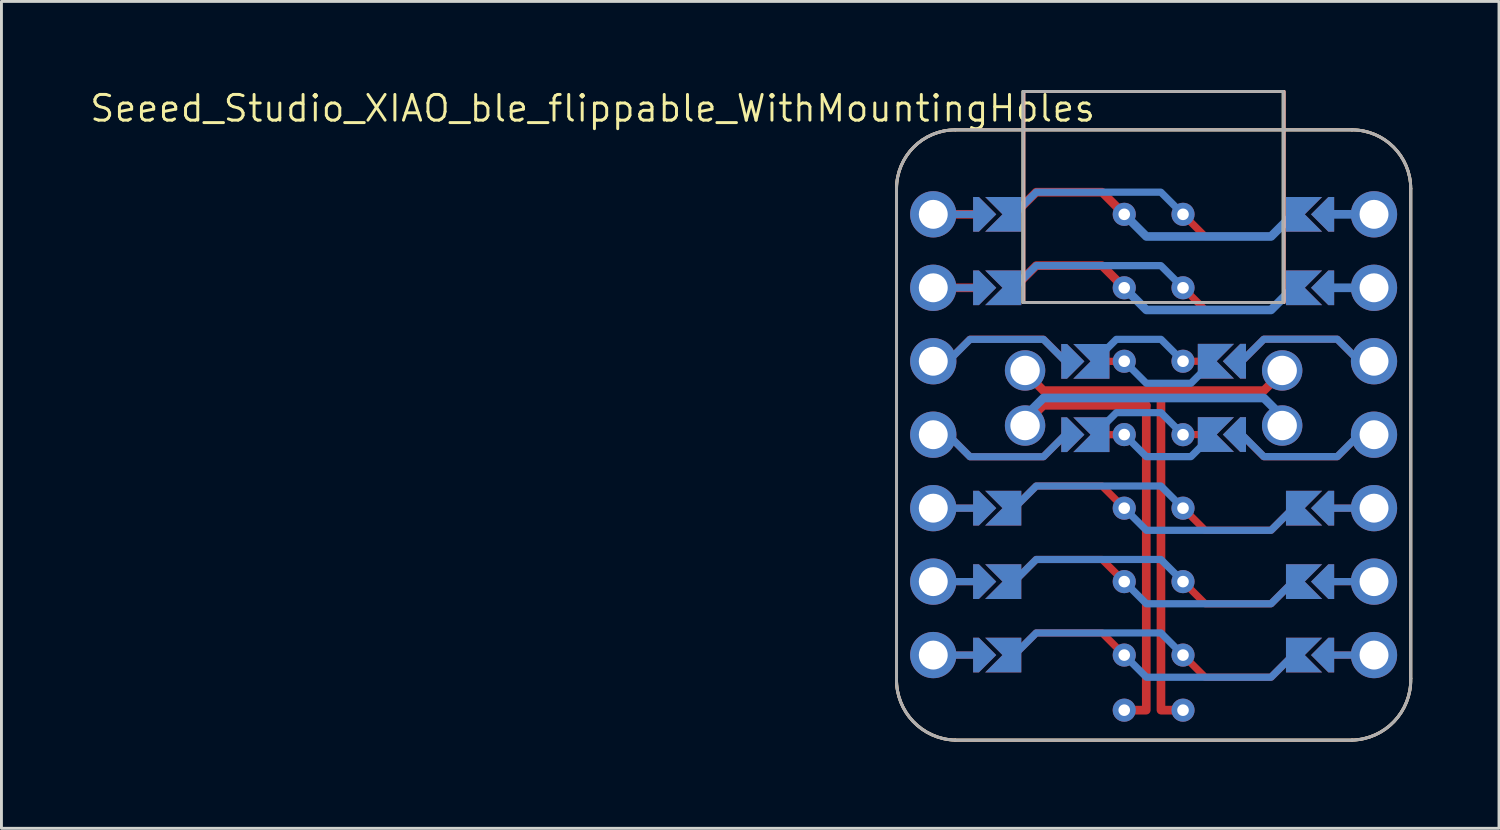
<source format=kicad_pcb>
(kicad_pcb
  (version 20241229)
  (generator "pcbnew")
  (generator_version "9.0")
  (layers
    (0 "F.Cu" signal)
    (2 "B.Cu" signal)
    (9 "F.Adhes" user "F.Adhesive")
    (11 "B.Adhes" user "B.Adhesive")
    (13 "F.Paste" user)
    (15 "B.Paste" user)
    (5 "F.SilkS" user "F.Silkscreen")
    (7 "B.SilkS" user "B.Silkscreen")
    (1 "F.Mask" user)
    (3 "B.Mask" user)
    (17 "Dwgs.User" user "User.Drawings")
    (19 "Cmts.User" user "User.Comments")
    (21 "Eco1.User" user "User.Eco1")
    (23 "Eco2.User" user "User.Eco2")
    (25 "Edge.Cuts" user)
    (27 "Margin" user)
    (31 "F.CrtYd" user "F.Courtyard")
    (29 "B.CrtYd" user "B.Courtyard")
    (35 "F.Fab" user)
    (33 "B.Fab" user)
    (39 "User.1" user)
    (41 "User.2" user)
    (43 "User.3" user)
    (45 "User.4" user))
  (footprint "Seeed_Studio_XIAO_ble_flippable_WithMountingHoles"
    (layer "F.Cu")
    (at 36.84 11.981)
    (property "Reference" "Seeed_Studio_XIAO_ble_flippable_WithMountingHoles" (at -19.399 -11.283 0) (layer "F.SilkS") (effects (font (size 0.889 0.889) (thickness 0.102))))
    (attr smd exclude_from_pos_files)
    (fp_line (start -8.89 -8.509) (end -8.89 8.427) (stroke (width 0.102) (type solid)) (layer "F.SilkS"))
    (fp_line (start -6.858 10.561) (end 6.858 10.561) (stroke (width 0.102) (type solid)) (layer "F.SilkS"))
    (fp_line (start 6.858 -10.541) (end -6.858 -10.541) (stroke (width 0.102) (type solid)) (layer "F.SilkS"))
    (fp_line (start 8.89 8.427) (end 8.89 -8.509) (stroke (width 0.102) (type solid)) (layer "F.SilkS"))
    (fp_rect (start -4.52 -4.569) (end 4.48 -11.869) (stroke (width 0.1) (type solid)) (fill no) (layer "F.SilkS"))
    (fp_arc (start -8.89 -8.509) (mid -8.294841 -9.945841) (end -6.858 -10.541) (stroke (width 0.1016) (type solid)) (layer "F.SilkS"))
    (fp_arc (start -6.858 10.5606) (mid -8.315883 9.914641) (end -8.89 8.427) (stroke (width 0.1016) (type solid)) (layer "F.SilkS"))
    (fp_arc (start 6.858 -10.541) (mid 8.294841 -9.945841) (end 8.89 -8.509) (stroke (width 0.1016) (type solid)) (layer "F.SilkS"))
    (fp_arc (start 8.89 8.427) (mid 8.315883 9.914641) (end 6.858 10.5606) (stroke (width 0.1016) (type solid)) (layer "F.SilkS"))
    (fp_line (start -8.89 8.427) (end -8.89 -8.509) (stroke (width 0.102) (type solid)) (layer "B.SilkS"))
    (fp_line (start -6.858 -10.541) (end 6.858 -10.541) (stroke (width 0.102) (type solid)) (layer "B.SilkS"))
    (fp_line (start 6.858 10.561) (end -6.858 10.561) (stroke (width 0.102) (type solid)) (layer "B.SilkS"))
    (fp_line (start 8.89 -8.509) (end 8.89 8.427) (stroke (width 0.102) (type solid)) (layer "B.SilkS"))
    (fp_rect (start 4.52 -4.569) (end -4.48 -11.869) (stroke (width 0.1) (type solid)) (fill no) (layer "B.SilkS"))
    (fp_arc (start -8.89 -8.509) (mid -8.294841 -9.945841) (end -6.858 -10.541) (stroke (width 0.1016) (type solid)) (layer "B.SilkS"))
    (fp_arc (start -6.858 10.5606) (mid -8.315883 9.914641) (end -8.89 8.427) (stroke (width 0.1016) (type solid)) (layer "B.SilkS"))
    (fp_arc (start 6.858 -10.541) (mid 8.294841 -9.945841) (end 8.89 -8.509) (stroke (width 0.1016) (type solid)) (layer "B.SilkS"))
    (fp_arc (start 8.89 8.427) (mid 8.315883 9.914641) (end 6.858 10.5606) (stroke (width 0.1016) (type solid)) (layer "B.SilkS"))
    (fp_line (start -8.89 -8.509) (end -8.89 8.427) (stroke (width 0.102) (type solid)) (layer "F.Fab"))
    (fp_line (start -6.858 10.561) (end 6.858 10.561) (stroke (width 0.102) (type solid)) (layer "F.Fab"))
    (fp_line (start 6.858 -10.541) (end -6.858 -10.541) (stroke (width 0.102) (type solid)) (layer "F.Fab"))
    (fp_line (start 8.89 8.427) (end 8.89 -8.509) (stroke (width 0.102) (type solid)) (layer "F.Fab"))
    (fp_rect (start -4.52 -4.569) (end 4.48 -11.869) (stroke (width 0.1) (type solid)) (fill no) (layer "F.Fab"))
    (fp_arc (start -8.89 -8.509) (mid -8.294841 -9.945841) (end -6.858 -10.541) (stroke (width 0.1016) (type solid)) (layer "F.Fab"))
    (fp_arc (start -6.858 10.5606) (mid -8.315883 9.914641) (end -8.89 8.427) (stroke (width 0.1016) (type solid)) (layer "F.Fab"))
    (fp_arc (start 6.858 -10.541) (mid 8.294841 -9.945841) (end 8.89 -8.509) (stroke (width 0.1016) (type solid)) (layer "F.Fab"))
    (fp_arc (start 8.89 8.427) (mid 8.315883 9.914641) (end 6.858 10.5606) (stroke (width 0.1016) (type solid)) (layer "F.Fab"))
    (pad "" thru_hole circle (at -7.62 -7.62) (size 1.6 1.6) (drill 1) (layers "*.Cu" "*.Mask"))
    (pad "" thru_hole circle (at -7.62 -5.08) (size 1.6 1.6) (drill 1) (layers "*.Cu" "*.Mask"))
    (pad "" thru_hole circle (at -7.62 -2.54) (size 1.6 1.6) (drill 1) (layers "*.Cu" "*.Mask"))
    (pad "" thru_hole circle (at -7.62 0) (size 1.6 1.6) (drill 1) (layers "*.Cu" "*.Mask"))
    (pad "" thru_hole circle (at -7.62 2.54) (size 1.6 1.6) (drill 1) (layers "*.Cu" "*.Mask"))
    (pad "" thru_hole circle (at -7.62 5.08) (size 1.6 1.6) (drill 1) (layers "*.Cu" "*.Mask"))
    (pad "" thru_hole circle (at -7.62 7.62) (size 1.6 1.6) (drill 1) (layers "*.Cu" "*.Mask"))
    (pad "" smd custom (at -7.112 -2.54 270) (size 0.25 0.25) (layers "F.Cu") (options (anchor circle)) (primitives (gr_line (start -0.762 -0.762) (end 0 0) (width 0.25)) (gr_line (start -0.762 -3.302) (end -0.762 -0.762) (width 0.25)) (gr_line (start 0 -4.064) (end -0.762 -3.302) (width 0.25))))
    (pad "" smd custom (at -7.112 0 270) (size 0.25 0.25) (layers "B.Cu") (options (anchor circle)) (primitives (gr_line (start 0 0) (end 0.762 -0.762) (width 0.25)) (gr_line (start 0.762 -0.762) (end 0.762 -3.302) (width 0.25)) (gr_line (start 0.762 -3.302) (end 0 -4.064) (width 0.25))))
    (pad "" smd custom (at -6.35 -7.62 90) (size 0.25 1) (layers "B.Cu") (options (anchor rect)) (primitives))
    (pad "" smd custom (at -6.35 -7.62 90) (size 0.3 1) (layers "F.Cu") (options (anchor rect)) (primitives))
    (pad "" smd custom (at -6.35 -5.08 90) (size 0.25 1) (layers "B.Cu") (options (anchor rect)) (primitives))
    (pad "" smd custom (at -6.35 -5.08 90) (size 0.3 1) (layers "F.Cu") (options (anchor rect)) (primitives))
    (pad "" smd custom (at -6.35 2.54 90) (size 0.25 1) (layers "F.Cu") (options (anchor rect)) (primitives))
    (pad "" smd custom (at -6.35 2.54 90) (size 0.25 1) (layers "B.Cu") (options (anchor rect)) (primitives))
    (pad "" smd custom (at -6.35 5.08 90) (size 0.25 1) (layers "F.Cu") (options (anchor rect)) (primitives))
    (pad "" smd custom (at -6.35 5.08 90) (size 0.25 1) (layers "B.Cu") (options (anchor rect)) (primitives))
    (pad "" smd custom (at -6.35 7.62 90) (size 0.25 1) (layers "F.Cu") (options (anchor rect)) (primitives))
    (pad "" smd custom (at -6.35 7.62 90) (size 0.25 1) (layers "B.Cu") (options (anchor rect)) (primitives))
    (pad "" smd custom (at -5.842 -7.62 90) (size 0.1 0.1) (layers "F.Cu" "F.Mask") (options (anchor rect)) (primitives (gr_poly (pts (xy 0.6 -0.4) (xy -0.6 -0.4) (xy -0.6 -0.2) (xy 0 0.4) (xy 0.6 -0.2)) (width 0) (fill yes))))
    (pad "" smd custom (at -5.842 -7.62 90) (size 0.1 0.1) (layers "B.Cu" "B.Mask") (options (anchor rect)) (primitives (gr_poly (pts (xy 0.6 -0.4) (xy -0.6 -0.4) (xy -0.6 -0.2) (xy 0 0.4) (xy 0.6 -0.2)) (width 0) (fill yes))))
    (pad "" smd custom (at -5.842 -5.08 90) (size 0.1 0.1) (layers "F.Cu" "F.Mask") (options (anchor rect)) (primitives (gr_poly (pts (xy 0.6 -0.4) (xy -0.6 -0.4) (xy -0.6 -0.2) (xy 0 0.4) (xy 0.6 -0.2)) (width 0) (fill yes))))
    (pad "" smd custom (at -5.842 -5.08 90) (size 0.1 0.1) (layers "B.Cu" "B.Mask") (options (anchor rect)) (primitives (gr_poly (pts (xy 0.6 -0.4) (xy -0.6 -0.4) (xy -0.6 -0.2) (xy 0 0.4) (xy 0.6 -0.2)) (width 0) (fill yes))))
    (pad "" smd custom (at -5.842 2.54 90) (size 0.1 0.1) (layers "F.Cu" "F.Mask") (options (anchor rect)) (primitives (gr_poly (pts (xy 0.6 -0.4) (xy -0.6 -0.4) (xy -0.6 -0.2) (xy 0 0.4) (xy 0.6 -0.2)) (width 0) (fill yes))))
    (pad "" smd custom (at -5.842 2.54 90) (size 0.1 0.1) (layers "B.Cu" "B.Mask") (options (anchor rect)) (primitives (gr_poly (pts (xy 0.6 -0.4) (xy -0.6 -0.4) (xy -0.6 -0.2) (xy 0 0.4) (xy 0.6 -0.2)) (width 0) (fill yes))))
    (pad "" smd custom (at -5.842 5.08 90) (size 0.1 0.1) (layers "F.Cu" "F.Mask") (options (anchor rect)) (primitives (gr_poly (pts (xy 0.6 -0.4) (xy -0.6 -0.4) (xy -0.6 -0.2) (xy 0 0.4) (xy 0.6 -0.2)) (width 0) (fill yes))))
    (pad "" smd custom (at -5.842 5.08 90) (size 0.1 0.1) (layers "B.Cu" "B.Mask") (options (anchor rect)) (primitives (gr_poly (pts (xy 0.6 -0.4) (xy -0.6 -0.4) (xy -0.6 -0.2) (xy 0 0.4) (xy 0.6 -0.2)) (width 0) (fill yes))))
    (pad "" smd custom (at -5.842 7.62 90) (size 0.1 0.1) (layers "F.Cu" "F.Mask") (options (anchor rect)) (primitives (gr_poly (pts (xy 0.6 -0.4) (xy -0.6 -0.4) (xy -0.6 -0.2) (xy 0 0.4) (xy 0.6 -0.2)) (width 0) (fill yes))))
    (pad "" smd custom (at -5.842 7.62 90) (size 0.1 0.1) (layers "B.Cu" "B.Mask") (options (anchor rect)) (primitives (gr_poly (pts (xy 0.6 -0.4) (xy -0.6 -0.4) (xy -0.6 -0.2) (xy 0 0.4) (xy 0.6 -0.2)) (width 0) (fill yes))))
    (pad "" smd custom (at -3.048 -2.536 90) (size 0.25 0.25) (layers "B.Cu") (options (anchor circle)) (primitives (gr_line (start 0 0) (end 0.762 -0.762) (width 0.25)) (gr_line (start 0.762 -0.762) (end 0.762 -3.302) (width 0.25)) (gr_line (start 0.762 -3.302) (end 0 -4.064) (width 0.25))))
    (pad "" smd custom (at -3.048 0 90) (size 0.25 0.25) (layers "F.Cu") (options (anchor circle)) (primitives (gr_line (start -0.762 -0.762) (end 0 0) (width 0.25)) (gr_line (start -0.762 -3.302) (end -0.762 -0.762) (width 0.25)) (gr_line (start 0 -4.064) (end -0.762 -3.302) (width 0.25))))
    (pad "" smd custom (at -2.794 -2.536 90) (size 0.1 0.1) (layers "F.Cu" "F.Mask") (options (anchor rect)) (primitives (gr_poly (pts (xy 0.6 -0.4) (xy -0.6 -0.4) (xy -0.6 -0.2) (xy 0 0.4) (xy 0.6 -0.2)) (width 0) (fill yes))))
    (pad "" smd custom (at -2.794 -2.536 90) (size 0.1 0.1) (layers "B.Cu" "B.Mask") (options (anchor rect)) (primitives (gr_poly (pts (xy 0.6 -0.4) (xy -0.6 -0.4) (xy -0.6 -0.2) (xy 0 0.4) (xy 0.6 -0.2)) (width 0) (fill yes))))
    (pad "" smd custom (at -2.794 0 90) (size 0.1 0.1) (layers "F.Cu" "F.Mask") (options (anchor rect)) (primitives (gr_poly (pts (xy 0.6 -0.4) (xy -0.6 -0.4) (xy -0.6 -0.2) (xy 0 0.4) (xy 0.6 -0.2)) (width 0) (fill yes))))
    (pad "" smd custom (at -2.794 0 90) (size 0.1 0.1) (layers "B.Cu" "B.Mask") (options (anchor rect)) (primitives (gr_poly (pts (xy 0.6 -0.4) (xy -0.6 -0.4) (xy -0.6 -0.2) (xy 0 0.4) (xy 0.6 -0.2)) (width 0) (fill yes))))
    (pad "" smd custom (at 2.794 -2.54 270) (size 0.1 0.1) (layers "F.Cu" "F.Mask") (options (anchor rect)) (primitives (gr_poly (pts (xy 0.6 -0.4) (xy -0.6 -0.4) (xy -0.6 -0.2) (xy 0 0.4) (xy 0.6 -0.2)) (width 0) (fill yes))))
    (pad "" smd custom (at 2.794 -2.54 270) (size 0.1 0.1) (layers "B.Cu" "B.Mask") (options (anchor rect)) (primitives (gr_poly (pts (xy 0.6 -0.4) (xy -0.6 -0.4) (xy -0.6 -0.2) (xy 0 0.4) (xy 0.6 -0.2)) (width 0) (fill yes))))
    (pad "" smd custom (at 2.794 -0.004 270) (size 0.1 0.1) (layers "F.Cu" "F.Mask") (options (anchor rect)) (primitives (gr_poly (pts (xy 0.6 -0.4) (xy -0.6 -0.4) (xy -0.6 -0.2) (xy 0 0.4) (xy 0.6 -0.2)) (width 0) (fill yes))))
    (pad "" smd custom (at 2.794 -0.004 270) (size 0.1 0.1) (layers "B.Cu" "B.Mask") (options (anchor rect)) (primitives (gr_poly (pts (xy 0.6 -0.4) (xy -0.6 -0.4) (xy -0.6 -0.2) (xy 0 0.4) (xy 0.6 -0.2)) (width 0) (fill yes))))
    (pad "" smd custom (at 3.048 -2.54 270) (size 0.25 0.25) (layers "F.Cu") (options (anchor circle)) (primitives (gr_line (start -0.762 -0.762) (end 0 0) (width 0.25)) (gr_line (start -0.762 -3.302) (end -0.762 -0.762) (width 0.25)) (gr_line (start 0 -4.064) (end -0.762 -3.302) (width 0.25))))
    (pad "" smd custom (at 3.048 -0.004 270) (size 0.25 0.25) (layers "B.Cu") (options (anchor circle)) (primitives (gr_line (start 0 0) (end 0.762 -0.762) (width 0.25)) (gr_line (start 0.762 -0.762) (end 0.762 -3.302) (width 0.25)) (gr_line (start 0.762 -3.302) (end 0 -4.064) (width 0.25))))
    (pad "" smd custom (at 5.842 -7.62 270) (size 0.1 0.1) (layers "F.Cu" "F.Mask") (options (anchor rect)) (primitives (gr_poly (pts (xy 0.6 -0.4) (xy -0.6 -0.4) (xy -0.6 -0.2) (xy 0 0.4) (xy 0.6 -0.2)) (width 0) (fill yes))))
    (pad "" smd custom (at 5.842 -7.62 270) (size 0.1 0.1) (layers "B.Cu" "B.Mask") (options (anchor rect)) (primitives (gr_poly (pts (xy 0.6 -0.4) (xy -0.6 -0.4) (xy -0.6 -0.2) (xy 0 0.4) (xy 0.6 -0.2)) (width 0) (fill yes))))
    (pad "" smd custom (at 5.842 -5.08 270) (size 0.1 0.1) (layers "F.Cu" "F.Mask") (options (anchor rect)) (primitives (gr_poly (pts (xy 0.6 -0.4) (xy -0.6 -0.4) (xy -0.6 -0.2) (xy 0 0.4) (xy 0.6 -0.2)) (width 0) (fill yes))))
    (pad "" smd custom (at 5.842 -5.08 270) (size 0.1 0.1) (layers "B.Cu" "B.Mask") (options (anchor rect)) (primitives (gr_poly (pts (xy 0.6 -0.4) (xy -0.6 -0.4) (xy -0.6 -0.2) (xy 0 0.4) (xy 0.6 -0.2)) (width 0) (fill yes))))
    (pad "" smd custom (at 5.842 2.54 270) (size 0.1 0.1) (layers "F.Cu" "F.Mask") (options (anchor rect)) (primitives (gr_poly (pts (xy 0.6 -0.4) (xy -0.6 -0.4) (xy -0.6 -0.2) (xy 0 0.4) (xy 0.6 -0.2)) (width 0) (fill yes))))
    (pad "" smd custom (at 5.842 2.54 270) (size 0.1 0.1) (layers "B.Cu" "B.Mask") (options (anchor rect)) (primitives (gr_poly (pts (xy 0.6 -0.4) (xy -0.6 -0.4) (xy -0.6 -0.2) (xy 0 0.4) (xy 0.6 -0.2)) (width 0) (fill yes))))
    (pad "" smd custom (at 5.842 5.08 270) (size 0.1 0.1) (layers "F.Cu" "F.Mask") (options (anchor rect)) (primitives (gr_poly (pts (xy 0.6 -0.4) (xy -0.6 -0.4) (xy -0.6 -0.2) (xy 0 0.4) (xy 0.6 -0.2)) (width 0) (fill yes))))
    (pad "" smd custom (at 5.842 5.08 270) (size 0.1 0.1) (layers "B.Cu" "B.Mask") (options (anchor rect)) (primitives (gr_poly (pts (xy 0.6 -0.4) (xy -0.6 -0.4) (xy -0.6 -0.2) (xy 0 0.4) (xy 0.6 -0.2)) (width 0) (fill yes))))
    (pad "" smd custom (at 5.842 7.62 270) (size 0.1 0.1) (layers "F.Cu" "F.Mask") (options (anchor rect)) (primitives (gr_poly (pts (xy 0.6 -0.4) (xy -0.6 -0.4) (xy -0.6 -0.2) (xy 0 0.4) (xy 0.6 -0.2)) (width 0) (fill yes))))
    (pad "" smd custom (at 5.842 7.62 270) (size 0.1 0.1) (layers "B.Cu" "B.Mask") (options (anchor rect)) (primitives (gr_poly (pts (xy 0.6 -0.4) (xy -0.6 -0.4) (xy -0.6 -0.2) (xy 0 0.4) (xy 0.6 -0.2)) (width 0) (fill yes))))
    (pad "" smd custom (at 6.35 -7.62 270) (size 0.25 1) (layers "F.Cu") (options (anchor rect)) (primitives))
    (pad "" smd custom (at 6.35 -7.62 270) (size 0.3 1) (layers "B.Cu") (options (anchor rect)) (primitives))
    (pad "" smd custom (at 6.35 -5.08 270) (size 0.25 1) (layers "F.Cu") (options (anchor rect)) (primitives))
    (pad "" smd custom (at 6.35 -5.08 270) (size 0.3 1) (layers "B.Cu") (options (anchor rect)) (primitives))
    (pad "" smd custom (at 6.35 2.54 270) (size 0.25 1) (layers "F.Cu") (options (anchor rect)) (primitives))
    (pad "" smd custom (at 6.35 2.54 270) (size 0.25 1) (layers "B.Cu") (options (anchor rect)) (primitives))
    (pad "" smd custom (at 6.35 5.08 270) (size 0.25 1) (layers "F.Cu") (options (anchor rect)) (primitives))
    (pad "" smd custom (at 6.35 5.08 270) (size 0.25 1) (layers "B.Cu") (options (anchor rect)) (primitives))
    (pad "" smd custom (at 6.35 7.62 270) (size 0.25 1) (layers "F.Cu") (options (anchor rect)) (primitives))
    (pad "" smd custom (at 6.35 7.62 270) (size 0.25 1) (layers "B.Cu") (options (anchor rect)) (primitives))
    (pad "" smd custom (at 7.112 -2.54 90) (size 0.25 0.25) (layers "B.Cu") (options (anchor circle)) (primitives (gr_line (start 0 0) (end 0.762 -0.762) (width 0.25)) (gr_line (start 0.762 -0.762) (end 0.762 -3.302) (width 0.25)) (gr_line (start 0.762 -3.302) (end 0 -4.064) (width 0.25))))
    (pad "" smd custom (at 7.112 0 90) (size 0.25 0.25) (layers "F.Cu") (options (anchor circle)) (primitives (gr_line (start -0.762 -0.762) (end 0 0) (width 0.25)) (gr_line (start -0.762 -3.302) (end -0.762 -0.762) (width 0.25)) (gr_line (start 0 -4.064) (end -0.762 -3.302) (width 0.25))))
    (pad "" thru_hole circle (at 7.62 -7.62 180) (size 1.6 1.6) (drill 1) (layers "*.Cu" "*.Mask"))
    (pad "" thru_hole circle (at 7.62 -5.08 180) (size 1.6 1.6) (drill 1) (layers "*.Cu" "*.Mask"))
    (pad "" thru_hole circle (at 7.62 -2.54 180) (size 1.6 1.6) (drill 1) (layers "*.Cu" "*.Mask"))
    (pad "" thru_hole circle (at 7.62 0 180) (size 1.6 1.6) (drill 1) (layers "*.Cu" "*.Mask"))
    (pad "" thru_hole circle (at 7.62 2.54 180) (size 1.6 1.6) (drill 1) (layers "*.Cu" "*.Mask"))
    (pad "" thru_hole circle (at 7.62 5.08 180) (size 1.6 1.6) (drill 1) (layers "*.Cu" "*.Mask"))
    (pad "" thru_hole circle (at 7.62 7.62 180) (size 1.6 1.6) (drill 1) (layers "*.Cu" "*.Mask"))
    (pad "1" smd custom (at -4.826 -7.62 90) (size 1.2 0.5) (layers "B.Cu" "B.Mask") (options (anchor rect)) (primitives (gr_poly (pts (xy 0.6 0) (xy -0.6 0) (xy -0.6 -1) (xy 0 -0.4) (xy 0.6 -1)) (width 0) (fill yes))))
    (pad "1" smd custom (at 1.016 -7.62 270) (size 0.25 0.25) (layers "F.Cu") (options (anchor circle)) (primitives (gr_line (start 0 0) (end 0.766 -0.766) (width 0.25)) (gr_line (start 0.766 -0.766) (end 0.766 -3.044) (width 0.25)) (gr_line (start 0.766 -3.044) (end 0 -3.81) (width 0.25))))
    (pad "1" smd custom (at 1.016 -7.62 270) (size 0.25 0.25) (layers "B.Cu") (options (anchor circle)) (primitives (gr_line (start 0 0) (end -0.766 0.766) (width 0.25)) (gr_line (start -0.766 0.766) (end -0.766 5.076) (width 0.25)) (gr_line (start -0.766 5.076) (end 0 5.842) (width 0.25))))
    (pad "1" thru_hole circle (at 1.016 -7.62 90) (size 0.8 0.8) (drill 0.4) (layers "*.Cu"))
    (pad "1" smd custom (at 4.826 -7.62 270) (size 1.2 0.5) (layers "F.Cu" "F.Mask") (options (anchor rect)) (primitives (gr_poly (pts (xy 0.6 0) (xy -0.6 0) (xy -0.6 -1) (xy 0 -0.4) (xy 0.6 -1)) (width 0) (fill yes))))
    (pad "2" smd custom (at -4.826 -5.08 90) (size 1.2 0.5) (layers "B.Cu" "B.Mask") (options (anchor rect)) (primitives (gr_poly (pts (xy 0.6 0) (xy -0.6 0) (xy -0.6 -1) (xy 0 -0.4) (xy 0.6 -1)) (width 0) (fill yes))))
    (pad "2" smd custom (at 1.016 -5.08 270) (size 0.25 0.25) (layers "F.Cu") (options (anchor circle)) (primitives (gr_line (start 0 0) (end 0.766 -0.766) (width 0.25)) (gr_line (start 0.766 -0.766) (end 0.766 -3.044) (width 0.25)) (gr_line (start 0.766 -3.044) (end 0 -3.81) (width 0.25))))
    (pad "2" smd custom (at 1.016 -5.08 270) (size 0.25 0.25) (layers "B.Cu") (options (anchor circle)) (primitives (gr_line (start 0 0) (end -0.766 0.766) (width 0.25)) (gr_line (start -0.766 0.766) (end -0.766 5.076) (width 0.25)) (gr_line (start -0.766 5.076) (end 0 5.842) (width 0.25))))
    (pad "2" thru_hole circle (at 1.016 -5.08 90) (size 0.8 0.8) (drill 0.4) (layers "*.Cu"))
    (pad "2" smd custom (at 4.826 -5.08 270) (size 1.2 0.5) (layers "F.Cu" "F.Mask") (options (anchor rect)) (primitives (gr_poly (pts (xy 0.6 0) (xy -0.6 0) (xy -0.6 -1) (xy 0 -0.4) (xy 0.6 -1)) (width 0) (fill yes))))
    (pad "3" smd custom (at -1.778 -2.536 90) (size 1.2 0.5) (layers "B.Cu" "B.Mask") (options (anchor rect)) (primitives (gr_poly (pts (xy 0.6 0) (xy -0.6 0) (xy -0.6 -1) (xy 0 -0.4) (xy 0.6 -1)) (width 0) (fill yes))))
    (pad "3" thru_hole circle (at 1.016 -2.54 270) (size 0.8 0.8) (drill 0.4) (layers "*.Cu"))
    (pad "3" smd custom (at 1.016 -2.536 90) (size 0.25 0.25) (layers "B.Cu") (options (anchor circle)) (primitives (gr_line (start 0 0) (end 0.762 -0.762) (width 0.25)) (gr_line (start 0.762 -0.762) (end 0.762 -2.306) (width 0.25)) (gr_line (start 0.762 -2.306) (end 0 -3.068) (width 0.25))))
    (pad "3" smd custom (at 1.27 -2.54 270) (size 0.25 1) (layers "F.Cu") (options (anchor rect)) (primitives))
    (pad "3" smd custom (at 1.778 -2.54 270) (size 1.2 0.5) (layers "F.Cu" "F.Mask") (options (anchor rect)) (primitives (gr_poly (pts (xy 0.6 0) (xy -0.6 0) (xy -0.6 -1) (xy 0 -0.4) (xy 0.6 -1)) (width 0) (fill yes))))
    (pad "4" smd custom (at -1.778 0 90) (size 1.2 0.5) (layers "B.Cu" "B.Mask") (options (anchor rect)) (primitives (gr_poly (pts (xy 0.6 0) (xy -0.6 0) (xy -0.6 -1) (xy 0 -0.4) (xy 0.6 -1)) (width 0) (fill yes))))
    (pad "4" smd custom (at 1.016 0 90) (size 0.25 0.25) (layers "B.Cu") (options (anchor circle)) (primitives (gr_line (start 0 0) (end 0.762 -0.762) (width 0.25)) (gr_line (start 0.762 -0.762) (end 0.762 -2.306) (width 0.25)) (gr_line (start 0.762 -2.306) (end 0 -3.068) (width 0.25))))
    (pad "4" thru_hole circle (at 1.016 0 90) (size 0.8 0.8) (drill 0.4) (layers "*.Cu"))
    (pad "4" smd custom (at 1.27 -0.004 90) (size 0.25 1) (layers "F.Cu") (options (anchor rect)) (primitives))
    (pad "4" smd custom (at 1.778 -0.004 270) (size 1.2 0.5) (layers "F.Cu" "F.Mask") (options (anchor rect)) (primitives (gr_poly (pts (xy 0.6 0) (xy -0.6 0) (xy -0.6 -1) (xy 0 -0.4) (xy 0.6 -1)) (width 0) (fill yes))))
    (pad "5" smd custom (at -4.826 2.54 90) (size 1.2 0.5) (layers "B.Cu" "B.Mask") (options (anchor rect)) (primitives (gr_poly (pts (xy 0.6 0) (xy -0.6 0) (xy -0.6 -1) (xy 0 -0.4) (xy 0.6 -1)) (width 0) (fill yes))))
    (pad "5" smd custom (at 1.016 2.54 270) (size 0.25 0.25) (layers "F.Cu") (options (anchor circle)) (primitives (gr_line (start 0 0) (end 0.766 -0.766) (width 0.25)) (gr_line (start 0.766 -0.766) (end 0.766 -3.044) (width 0.25)) (gr_line (start 0.766 -3.044) (end 0 -3.81) (width 0.25))))
    (pad "5" smd custom (at 1.016 2.54 270) (size 0.25 0.25) (layers "B.Cu") (options (anchor circle)) (primitives (gr_line (start 0 0) (end -0.766 0.766) (width 0.25)) (gr_line (start -0.766 0.766) (end -0.766 5.076) (width 0.25)) (gr_line (start -0.766 5.076) (end 0 5.842) (width 0.25))))
    (pad "5" thru_hole circle (at 1.016 2.54 90) (size 0.8 0.8) (drill 0.4) (layers "*.Cu"))
    (pad "5" smd custom (at 4.826 2.54 270) (size 1.2 0.5) (layers "F.Cu" "F.Mask") (options (anchor rect)) (primitives (gr_poly (pts (xy 0.6 0) (xy -0.6 0) (xy -0.6 -1) (xy 0 -0.4) (xy 0.6 -1)) (width 0) (fill yes))))
    (pad "6" smd custom (at -4.826 5.08 90) (size 1.2 0.5) (layers "B.Cu" "B.Mask") (options (anchor rect)) (primitives (gr_poly (pts (xy 0.6 0) (xy -0.6 0) (xy -0.6 -1) (xy 0 -0.4) (xy 0.6 -1)) (width 0) (fill yes))))
    (pad "6" smd custom (at 1.016 5.08 270) (size 0.25 0.25) (layers "F.Cu") (options (anchor circle)) (primitives (gr_line (start 0 0) (end 0.766 -0.766) (width 0.25)) (gr_line (start 0.766 -0.766) (end 0.766 -3.044) (width 0.25)) (gr_line (start 0.766 -3.044) (end 0 -3.81) (width 0.25))))
    (pad "6" smd custom (at 1.016 5.08 270) (size 0.25 0.25) (layers "B.Cu") (options (anchor circle)) (primitives (gr_line (start 0 0) (end -0.766 0.766) (width 0.25)) (gr_line (start -0.766 0.766) (end -0.766 5.076) (width 0.25)) (gr_line (start -0.766 5.076) (end 0 5.842) (width 0.25))))
    (pad "6" thru_hole circle (at 1.016 5.08 90) (size 0.8 0.8) (drill 0.4) (layers "*.Cu"))
    (pad "6" smd custom (at 4.826 5.08 270) (size 1.2 0.5) (layers "F.Cu" "F.Mask") (options (anchor rect)) (primitives (gr_poly (pts (xy 0.6 0) (xy -0.6 0) (xy -0.6 -1) (xy 0 -0.4) (xy 0.6 -1)) (width 0) (fill yes))))
    (pad "7" smd custom (at -4.826 7.62 90) (size 1.2 0.5) (layers "B.Cu" "B.Mask") (options (anchor rect)) (primitives (gr_poly (pts (xy 0.6 0) (xy -0.6 0) (xy -0.6 -1) (xy 0 -0.4) (xy 0.6 -1)) (width 0) (fill yes))))
    (pad "7" smd custom (at 1.016 7.62 270) (size 0.25 0.25) (layers "F.Cu") (options (anchor circle)) (primitives (gr_line (start 0 0) (end 0.766 -0.766) (width 0.25)) (gr_line (start 0.766 -0.766) (end 0.766 -3.044) (width 0.25)) (gr_line (start 0.766 -3.044) (end 0 -3.81) (width 0.25))))
    (pad "7" smd custom (at 1.016 7.62 270) (size 0.25 0.25) (layers "B.Cu") (options (anchor circle)) (primitives (gr_line (start 0 0) (end -0.766 0.766) (width 0.25)) (gr_line (start -0.766 0.766) (end -0.766 5.076) (width 0.25)) (gr_line (start -0.766 5.076) (end 0 5.842) (width 0.25))))
    (pad "7" thru_hole circle (at 1.016 7.62 90) (size 0.8 0.8) (drill 0.4) (layers "*.Cu"))
    (pad "7" smd custom (at 4.826 7.62 270) (size 1.2 0.5) (layers "F.Cu" "F.Mask") (options (anchor rect)) (primitives (gr_poly (pts (xy 0.6 0) (xy -0.6 0) (xy -0.6 -1) (xy 0 -0.4) (xy 0.6 -1)) (width 0) (fill yes))))
    (pad "8" smd custom (at -4.826 7.62 90) (size 1.2 0.5) (layers "F.Cu" "F.Mask") (options (anchor rect)) (primitives (gr_poly (pts (xy 0.6 0) (xy -0.6 0) (xy -0.6 -1) (xy 0 -0.4) (xy 0.6 -1)) (width 0) (fill yes))))
    (pad "8" smd custom (at -1.016 7.62 90) (size 0.25 0.25) (layers "F.Cu") (options (anchor circle)) (primitives (gr_line (start 0 0) (end 0.766 -0.766) (width 0.25)) (gr_line (start 0.766 -0.766) (end 0.766 -3.044) (width 0.25)) (gr_line (start 0.766 -3.044) (end 0 -3.81) (width 0.25))))
    (pad "8" smd custom (at -1.016 7.62 90) (size 0.25 0.25) (layers "B.Cu") (options (anchor circle)) (primitives (gr_line (start 0 0) (end -0.766 0.766) (width 0.25)) (gr_line (start -0.766 0.766) (end -0.766 5.076) (width 0.25)) (gr_line (start -0.766 5.076) (end 0 5.842) (width 0.25))))
    (pad "8" thru_hole circle (at -1.016 7.62 90) (size 0.8 0.8) (drill 0.4) (layers "*.Cu"))
    (pad "8" smd custom (at 4.826 7.62 270) (size 1.2 0.5) (layers "B.Cu" "B.Mask") (options (anchor rect)) (primitives (gr_poly (pts (xy 0.6 0) (xy -0.6 0) (xy -0.6 -1) (xy 0 -0.4) (xy 0.6 -1)) (width 0) (fill yes))))
    (pad "9" smd custom (at -4.826 5.08 90) (size 1.2 0.5) (layers "F.Cu" "F.Mask") (options (anchor rect)) (primitives (gr_poly (pts (xy 0.6 0) (xy -0.6 0) (xy -0.6 -1) (xy 0 -0.4) (xy 0.6 -1)) (width 0) (fill yes))))
    (pad "9" smd custom (at -1.016 5.08 90) (size 0.25 0.25) (layers "F.Cu") (options (anchor circle)) (primitives (gr_line (start 0 0) (end 0.766 -0.766) (width 0.25)) (gr_line (start 0.766 -0.766) (end 0.766 -3.044) (width 0.25)) (gr_line (start 0.766 -3.044) (end 0 -3.81) (width 0.25))))
    (pad "9" smd custom (at -1.016 5.08 90) (size 0.25 0.25) (layers "B.Cu") (options (anchor circle)) (primitives (gr_line (start 0 0) (end -0.766 0.766) (width 0.25)) (gr_line (start -0.766 0.766) (end -0.766 5.076) (width 0.25)) (gr_line (start -0.766 5.076) (end 0 5.842) (width 0.25))))
    (pad "9" thru_hole circle (at -1.016 5.08 90) (size 0.8 0.8) (drill 0.4) (layers "*.Cu"))
    (pad "9" smd custom (at 4.826 5.08 270) (size 1.2 0.5) (layers "B.Cu" "B.Mask") (options (anchor rect)) (primitives (gr_poly (pts (xy 0.6 0) (xy -0.6 0) (xy -0.6 -1) (xy 0 -0.4) (xy 0.6 -1)) (width 0) (fill yes))))
    (pad "10" smd custom (at -4.826 2.54 90) (size 1.2 0.5) (layers "F.Cu" "F.Mask") (options (anchor rect)) (primitives (gr_poly (pts (xy 0.6 0) (xy -0.6 0) (xy -0.6 -1) (xy 0 -0.4) (xy 0.6 -1)) (width 0) (fill yes))))
    (pad "10" smd custom (at -1.016 2.54 90) (size 0.25 0.25) (layers "F.Cu") (options (anchor circle)) (primitives (gr_line (start 0 0) (end 0.766 -0.766) (width 0.25)) (gr_line (start 0.766 -0.766) (end 0.766 -3.044) (width 0.25)) (gr_line (start 0.766 -3.044) (end 0 -3.81) (width 0.25))))
    (pad "10" smd custom (at -1.016 2.54 90) (size 0.25 0.25) (layers "B.Cu") (options (anchor circle)) (primitives (gr_line (start 0 0) (end -0.766 0.766) (width 0.25)) (gr_line (start -0.766 0.766) (end -0.766 5.076) (width 0.25)) (gr_line (start -0.766 5.076) (end 0 5.842) (width 0.25))))
    (pad "10" thru_hole circle (at -1.016 2.54 90) (size 0.8 0.8) (drill 0.4) (layers "*.Cu"))
    (pad "10" smd custom (at 4.826 2.54 270) (size 1.2 0.5) (layers "B.Cu" "B.Mask") (options (anchor rect)) (primitives (gr_poly (pts (xy 0.6 0) (xy -0.6 0) (xy -0.6 -1) (xy 0 -0.4) (xy 0.6 -1)) (width 0) (fill yes))))
    (pad "11" smd custom (at -1.778 0 90) (size 1.2 0.5) (layers "F.Cu" "F.Mask") (options (anchor rect)) (primitives (gr_poly (pts (xy 0.6 0) (xy -0.6 0) (xy -0.6 -1) (xy 0 -0.4) (xy 0.6 -1)) (width 0) (fill yes))))
    (pad "11" smd custom (at -1.27 0 90) (size 0.25 1) (layers "F.Cu") (options (anchor rect)) (primitives))
    (pad "11" smd custom (at -1.016 -0.004 270) (size 0.25 0.25) (layers "B.Cu") (options (anchor circle)) (primitives (gr_line (start 0 0) (end 0.762 -0.762) (width 0.25)) (gr_line (start 0.762 -0.762) (end 0.762 -2.306) (width 0.25)) (gr_line (start 0.762 -2.306) (end 0 -3.068) (width 0.25))))
    (pad "11" thru_hole circle (at -1.016 -0.004 90) (size 0.8 0.8) (drill 0.4) (layers "*.Cu"))
    (pad "11" smd custom (at 1.778 -0.004 270) (size 1.2 0.5) (layers "B.Cu" "B.Mask") (options (anchor rect)) (primitives (gr_poly (pts (xy 0.6 0) (xy -0.6 0) (xy -0.6 -1) (xy 0 -0.4) (xy 0.6 -1)) (width 0) (fill yes))))
    (pad "12" smd custom (at -1.778 -2.536 90) (size 1.2 0.5) (layers "F.Cu" "F.Mask") (options (anchor rect)) (primitives (gr_poly (pts (xy 0.6 0) (xy -0.6 0) (xy -0.6 -1) (xy 0 -0.4) (xy 0.6 -1)) (width 0) (fill yes))))
    (pad "12" smd custom (at -1.27 -2.536 270) (size 0.25 1) (layers "F.Cu") (options (anchor rect)) (primitives))
    (pad "12" smd custom (at -1.016 -2.54 270) (size 0.25 0.25) (layers "B.Cu") (options (anchor circle)) (primitives (gr_line (start 0 0) (end 0.762 -0.762) (width 0.25)) (gr_line (start 0.762 -0.762) (end 0.762 -2.306) (width 0.25)) (gr_line (start 0.762 -2.306) (end 0 -3.068) (width 0.25))))
    (pad "12" thru_hole circle (at -1.016 -2.54 270) (size 0.8 0.8) (drill 0.4) (layers "*.Cu"))
    (pad "12" smd custom (at 1.778 -2.54 270) (size 1.2 0.5) (layers "B.Cu" "B.Mask") (options (anchor rect)) (primitives (gr_poly (pts (xy 0.6 0) (xy -0.6 0) (xy -0.6 -1) (xy 0 -0.4) (xy 0.6 -1)) (width 0) (fill yes))))
    (pad "13" smd custom (at -4.826 -5.08 90) (size 1.2 0.5) (layers "F.Cu" "F.Mask") (options (anchor rect)) (primitives (gr_poly (pts (xy 0.6 0) (xy -0.6 0) (xy -0.6 -1) (xy 0 -0.4) (xy 0.6 -1)) (width 0) (fill yes))))
    (pad "13" smd custom (at -1.016 -5.08 90) (size 0.25 0.25) (layers "F.Cu") (options (anchor circle)) (primitives (gr_line (start 0 0) (end 0.766 -0.766) (width 0.3)) (gr_line (start 0.766 -0.766) (end 0.766 -3.044) (width 0.3)) (gr_line (start 0.766 -3.044) (end 0 -3.81) (width 0.3))))
    (pad "13" smd custom (at -1.016 -5.08 90) (size 0.25 0.25) (layers "B.Cu") (options (anchor circle)) (primitives (gr_line (start 0 0) (end -0.766 0.766) (width 0.3)) (gr_line (start -0.766 0.766) (end -0.766 5.076) (width 0.3)) (gr_line (start -0.766 5.076) (end 0 5.842) (width 0.3))))
    (pad "13" thru_hole circle (at -1.016 -5.08 90) (size 0.8 0.8) (drill 0.4) (layers "*.Cu"))
    (pad "13" smd custom (at 4.826 -5.08 270) (size 1.2 0.5) (layers "B.Cu" "B.Mask") (options (anchor rect)) (primitives (gr_poly (pts (xy 0.6 0) (xy -0.6 0) (xy -0.6 -1) (xy 0 -0.4) (xy 0.6 -1)) (width 0) (fill yes))))
    (pad "14" smd custom (at -4.826 -7.62 90) (size 1.2 0.5) (layers "F.Cu" "F.Mask") (options (anchor rect)) (primitives (gr_poly (pts (xy 0.6 0) (xy -0.6 0) (xy -0.6 -1) (xy 0 -0.4) (xy 0.6 -1)) (width 0) (fill yes))))
    (pad "14" smd custom (at -1.016 -7.62 90) (size 0.25 0.25) (layers "F.Cu") (options (anchor circle)) (primitives (gr_line (start 0 0) (end 0.766 -0.766) (width 0.3)) (gr_line (start 0.766 -0.766) (end 0.766 -3.044) (width 0.3)) (gr_line (start 0.766 -3.044) (end 0 -3.81) (width 0.3))))
    (pad "14" smd custom (at -1.016 -7.62 90) (size 0.25 0.25) (layers "B.Cu") (options (anchor circle)) (primitives (gr_line (start 0 0) (end -0.766 0.766) (width 0.3)) (gr_line (start -0.766 0.766) (end -0.766 5.076) (width 0.3)) (gr_line (start -0.766 5.076) (end 0 5.842) (width 0.3))))
    (pad "14" thru_hole circle (at -1.016 -7.62 90) (size 0.8 0.8) (drill 0.4) (layers "*.Cu"))
    (pad "14" smd custom (at 4.826 -7.62 270) (size 1.2 0.5) (layers "B.Cu" "B.Mask") (options (anchor rect)) (primitives (gr_poly (pts (xy 0.6 0) (xy -0.6 0) (xy -0.6 -1) (xy 0 -0.4) (xy 0.6 -1)) (width 0) (fill yes))))
    (pad "19" thru_hole circle (at -4.445 -0.317 180) (size 1.397 1.397) (drill 1.016) (layers "*.Cu" "*.Mask"))
    (pad "19" thru_hole circle (at -1.016 9.525 90) (size 0.8 0.8) (drill 0.4) (layers "*.Cu"))
    (pad "19" smd custom (at -0.254 -1.016 90) (size 0.25 0.25) (layers "F.Cu") (options (anchor circle)) (primitives (gr_line (start 0 0) (end -10.541 0) (width 0.3)) (gr_line (start -10.541 0) (end -10.541 -0.762) (width 0.3))))
    (pad "19" smd custom (at -0.254 -1.016 90) (size 0.25 0.25) (layers "F.Cu") (options (anchor circle)) (primitives (gr_line (start 0 0) (end 0 -3.556) (width 0.3)) (gr_line (start 0 -3.556) (end -0.381 -3.937) (width 0.3))))
    (pad "19" smd custom (at 0 -1.27 270) (size 0.25 0.25) (layers "B.Cu") (options (anchor circle)) (primitives (gr_line (start 0 -3.81) (end 0 3.81) (width 0.3)) (gr_line (start 0.381 -4.191) (end 0 -3.81) (width 0.3)) (gr_line (start 0.381 4.191) (end 0 3.81) (width 0.3))))
    (pad "19" thru_hole circle (at 4.445 -0.317 180) (size 1.397 1.397) (drill 1.016) (layers "*.Cu" "*.Mask"))
    (pad "20" thru_hole circle (at -4.445 -2.222 180) (size 1.397 1.397) (drill 1.016) (layers "*.Cu" "*.Mask"))
    (pad "20" smd custom (at 0 -1.524 270) (size 0.25 0.25) (layers "F.Cu") (options (anchor circle)) (primitives (gr_line (start 0 3.81) (end 0 -3.81) (width 0.3)) (gr_line (start 0 -3.81) (end -0.381 -4.191) (width 0.3)) (gr_line (start 0 3.81) (end -0.381 4.191) (width 0.3))))
    (pad "20" smd custom (at 0.254 -1.524 270) (size 0.25 0.25) (layers "F.Cu") (options (anchor circle)) (primitives (gr_line (start 0 0) (end 11.049 0) (width 0.3)) (gr_line (start 11.049 0) (end 11.049 -0.762) (width 0.3))))
    (pad "20" thru_hole circle (at 1.016 9.525 90) (size 0.8 0.8) (drill 0.4) (layers "*.Cu"))
    (pad "20" thru_hole circle (at 4.445 -2.222 180) (size 1.397 1.397) (drill 1.016) (layers "*.Cu" "*.Mask")))
  (gr_rect
    (start -3 -3)
    (end 48.782 25.592)
    (stroke (width 0.1) (type default))
    (fill no)
    (layer "Edge.Cuts")))
</source>
